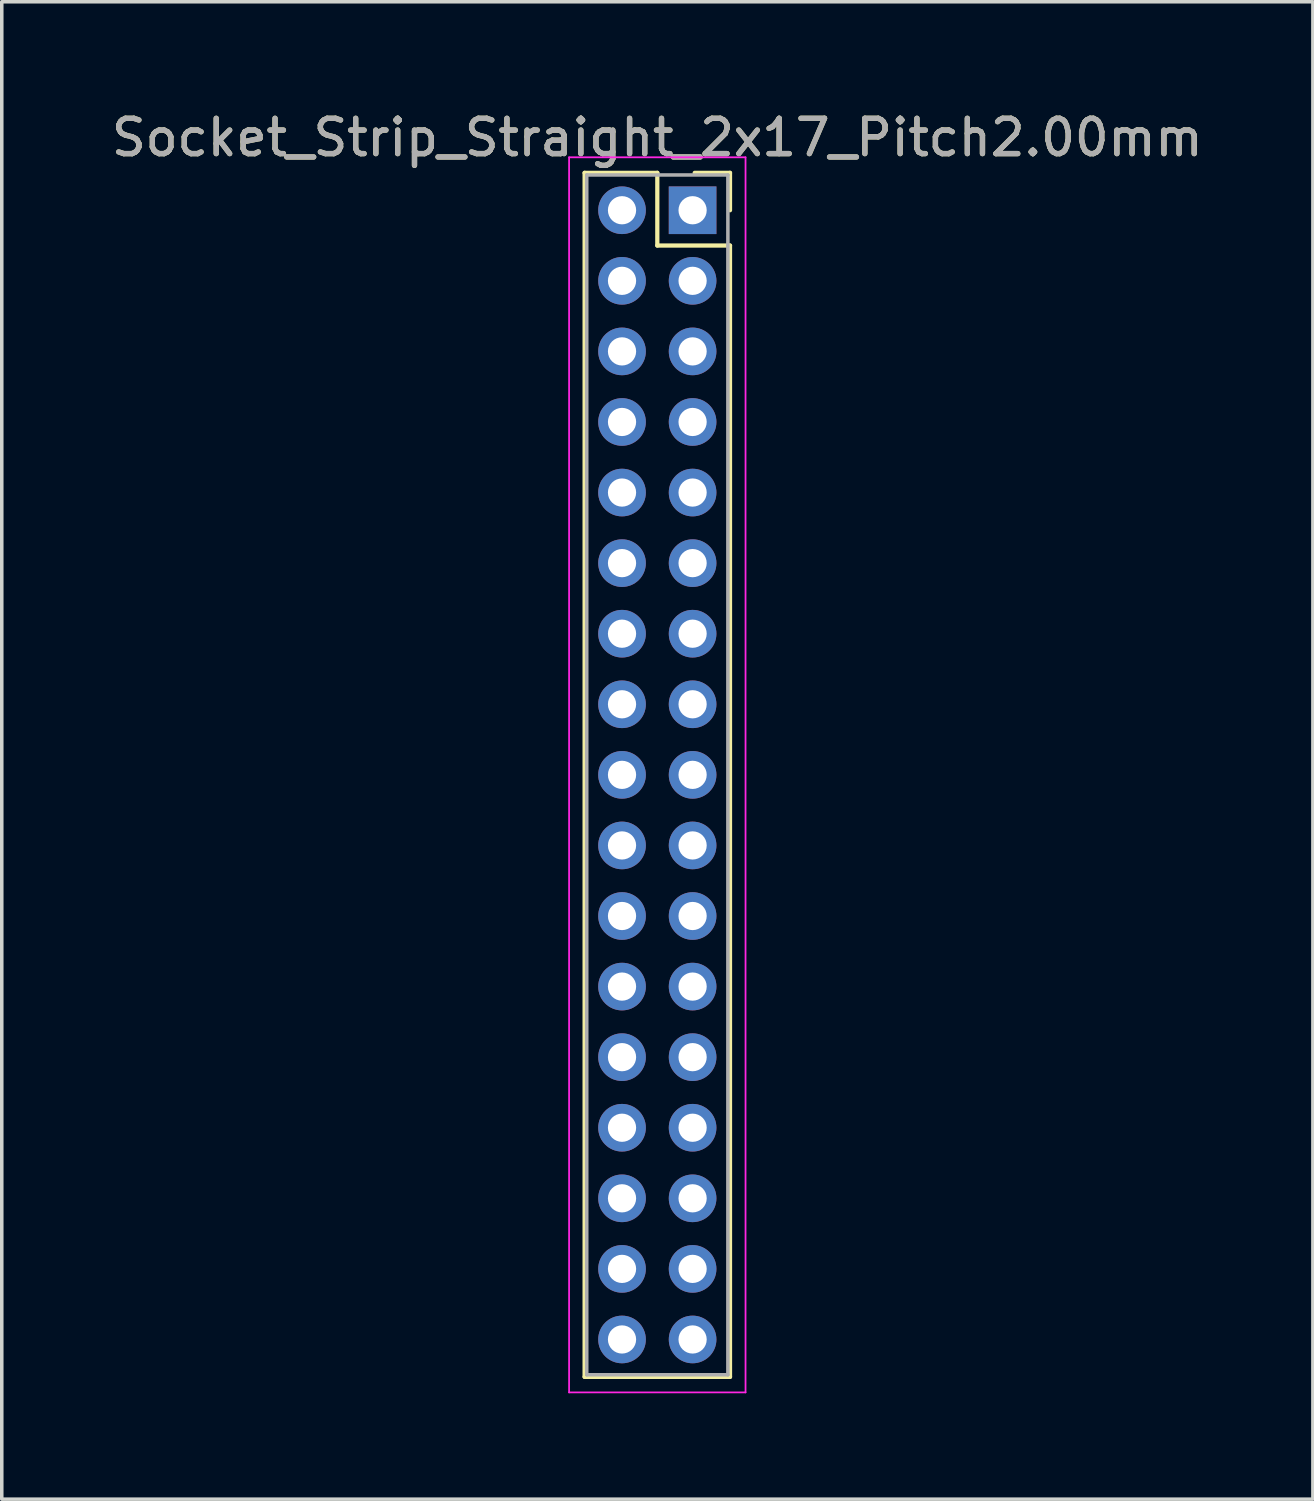
<source format=kicad_pcb>
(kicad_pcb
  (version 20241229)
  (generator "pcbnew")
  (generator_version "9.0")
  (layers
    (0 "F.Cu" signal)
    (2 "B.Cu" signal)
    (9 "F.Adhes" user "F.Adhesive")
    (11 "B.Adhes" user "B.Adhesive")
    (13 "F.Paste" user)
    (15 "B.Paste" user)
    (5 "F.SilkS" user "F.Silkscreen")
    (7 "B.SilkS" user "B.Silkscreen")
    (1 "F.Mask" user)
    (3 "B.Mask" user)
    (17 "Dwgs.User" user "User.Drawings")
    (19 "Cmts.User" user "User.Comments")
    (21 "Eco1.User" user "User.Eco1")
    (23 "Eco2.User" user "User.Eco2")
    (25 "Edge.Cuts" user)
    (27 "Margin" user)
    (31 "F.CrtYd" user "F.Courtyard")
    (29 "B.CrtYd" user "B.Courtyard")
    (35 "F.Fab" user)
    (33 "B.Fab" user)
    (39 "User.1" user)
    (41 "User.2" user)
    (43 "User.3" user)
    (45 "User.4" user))
  (footprint "Socket_Strip_Straight_2x17_Pitch2.00mm"
    (layer "F.Cu")
    (at 16.577 2.908)
    (property "Reference" "Socket_Strip_Straight_2x17_Pitch2.00mm" (at -1 -2.06 0) (layer "F.SilkS") (effects (font (size 1 1) (thickness 0.15))))
    (attr through_hole)
    (fp_line (start -3.06 -1.06) (end -1 -1.06) (stroke (width 0.12) (type solid)) (layer "F.SilkS"))
    (fp_line (start -3.06 33.06) (end -3.06 -1.06) (stroke (width 0.12) (type solid)) (layer "F.SilkS"))
    (fp_line (start -1 -1.06) (end -1 1) (stroke (width 0.12) (type solid)) (layer "F.SilkS"))
    (fp_line (start -1 1) (end 1.06 1) (stroke (width 0.12) (type solid)) (layer "F.SilkS"))
    (fp_line (start 1.06 -1.06) (end 0.06 -1.06) (stroke (width 0.12) (type solid)) (layer "F.SilkS"))
    (fp_line (start 1.06 0) (end 1.06 -1.06) (stroke (width 0.12) (type solid)) (layer "F.SilkS"))
    (fp_line (start 1.06 1) (end 1.06 33.06) (stroke (width 0.12) (type solid)) (layer "F.SilkS"))
    (fp_line (start 1.06 33.06) (end -3.06 33.06) (stroke (width 0.12) (type solid)) (layer "F.SilkS"))
    (fp_line (start -3.5 -1.5) (end -3.5 33.5) (stroke (width 0.05) (type solid)) (layer "F.CrtYd"))
    (fp_line (start -3.5 33.5) (end 1.5 33.5) (stroke (width 0.05) (type solid)) (layer "F.CrtYd"))
    (fp_line (start 1.5 -1.5) (end -3.5 -1.5) (stroke (width 0.05) (type solid)) (layer "F.CrtYd"))
    (fp_line (start 1.5 33.5) (end 1.5 -1.5) (stroke (width 0.05) (type solid)) (layer "F.CrtYd"))
    (fp_line (start -3 -1) (end -3 33) (stroke (width 0.1) (type solid)) (layer "F.Fab"))
    (fp_line (start -3 33) (end 1 33) (stroke (width 0.1) (type solid)) (layer "F.Fab"))
    (fp_line (start 1 -1) (end -3 -1) (stroke (width 0.1) (type solid)) (layer "F.Fab"))
    (fp_line (start 1 33) (end 1 -1) (stroke (width 0.1) (type solid)) (layer "F.Fab"))
    (fp_text user "${REFERENCE}" (at -1 -2.06 0) (layer "F.Fab") (effects (font (size 1 1) (thickness 0.15))))
    (pad "1" thru_hole rect (at 0 0) (size 1.35 1.35) (drill 0.8) (layers "*.Cu" "*.Mask"))
    (pad "2" thru_hole oval (at -2 0) (size 1.35 1.35) (drill 0.8) (layers "*.Cu" "*.Mask"))
    (pad "3" thru_hole oval (at 0 2) (size 1.35 1.35) (drill 0.8) (layers "*.Cu" "*.Mask"))
    (pad "4" thru_hole oval (at -2 2) (size 1.35 1.35) (drill 0.8) (layers "*.Cu" "*.Mask"))
    (pad "5" thru_hole oval (at 0 4) (size 1.35 1.35) (drill 0.8) (layers "*.Cu" "*.Mask"))
    (pad "6" thru_hole oval (at -2 4) (size 1.35 1.35) (drill 0.8) (layers "*.Cu" "*.Mask"))
    (pad "7" thru_hole oval (at 0 6) (size 1.35 1.35) (drill 0.8) (layers "*.Cu" "*.Mask"))
    (pad "8" thru_hole oval (at -2 6) (size 1.35 1.35) (drill 0.8) (layers "*.Cu" "*.Mask"))
    (pad "9" thru_hole oval (at 0 8) (size 1.35 1.35) (drill 0.8) (layers "*.Cu" "*.Mask"))
    (pad "10" thru_hole oval (at -2 8) (size 1.35 1.35) (drill 0.8) (layers "*.Cu" "*.Mask"))
    (pad "11" thru_hole oval (at 0 10) (size 1.35 1.35) (drill 0.8) (layers "*.Cu" "*.Mask"))
    (pad "12" thru_hole oval (at -2 10) (size 1.35 1.35) (drill 0.8) (layers "*.Cu" "*.Mask"))
    (pad "13" thru_hole oval (at 0 12) (size 1.35 1.35) (drill 0.8) (layers "*.Cu" "*.Mask"))
    (pad "14" thru_hole oval (at -2 12) (size 1.35 1.35) (drill 0.8) (layers "*.Cu" "*.Mask"))
    (pad "15" thru_hole oval (at 0 14) (size 1.35 1.35) (drill 0.8) (layers "*.Cu" "*.Mask"))
    (pad "16" thru_hole oval (at -2 14) (size 1.35 1.35) (drill 0.8) (layers "*.Cu" "*.Mask"))
    (pad "17" thru_hole oval (at 0 16) (size 1.35 1.35) (drill 0.8) (layers "*.Cu" "*.Mask"))
    (pad "18" thru_hole oval (at -2 16) (size 1.35 1.35) (drill 0.8) (layers "*.Cu" "*.Mask"))
    (pad "19" thru_hole oval (at 0 18) (size 1.35 1.35) (drill 0.8) (layers "*.Cu" "*.Mask"))
    (pad "20" thru_hole oval (at -2 18) (size 1.35 1.35) (drill 0.8) (layers "*.Cu" "*.Mask"))
    (pad "21" thru_hole oval (at 0 20) (size 1.35 1.35) (drill 0.8) (layers "*.Cu" "*.Mask"))
    (pad "22" thru_hole oval (at -2 20) (size 1.35 1.35) (drill 0.8) (layers "*.Cu" "*.Mask"))
    (pad "23" thru_hole oval (at 0 22) (size 1.35 1.35) (drill 0.8) (layers "*.Cu" "*.Mask"))
    (pad "24" thru_hole oval (at -2 22) (size 1.35 1.35) (drill 0.8) (layers "*.Cu" "*.Mask"))
    (pad "25" thru_hole oval (at 0 24) (size 1.35 1.35) (drill 0.8) (layers "*.Cu" "*.Mask"))
    (pad "26" thru_hole oval (at -2 24) (size 1.35 1.35) (drill 0.8) (layers "*.Cu" "*.Mask"))
    (pad "27" thru_hole oval (at 0 26) (size 1.35 1.35) (drill 0.8) (layers "*.Cu" "*.Mask"))
    (pad "28" thru_hole oval (at -2 26) (size 1.35 1.35) (drill 0.8) (layers "*.Cu" "*.Mask"))
    (pad "29" thru_hole oval (at 0 28) (size 1.35 1.35) (drill 0.8) (layers "*.Cu" "*.Mask"))
    (pad "30" thru_hole oval (at -2 28) (size 1.35 1.35) (drill 0.8) (layers "*.Cu" "*.Mask"))
    (pad "31" thru_hole oval (at 0 30) (size 1.35 1.35) (drill 0.8) (layers "*.Cu" "*.Mask"))
    (pad "32" thru_hole oval (at -2 30) (size 1.35 1.35) (drill 0.8) (layers "*.Cu" "*.Mask"))
    (pad "33" thru_hole oval (at 0 32) (size 1.35 1.35) (drill 0.8) (layers "*.Cu" "*.Mask"))
    (pad "34" thru_hole oval (at -2 32) (size 1.35 1.35) (drill 0.8) (layers "*.Cu" "*.Mask")))
  (gr_rect
    (start -3 -3)
    (end 34.155 39.433)
    (stroke (width 0.1) (type default))
    (fill no)
    (layer "Edge.Cuts")))
</source>
